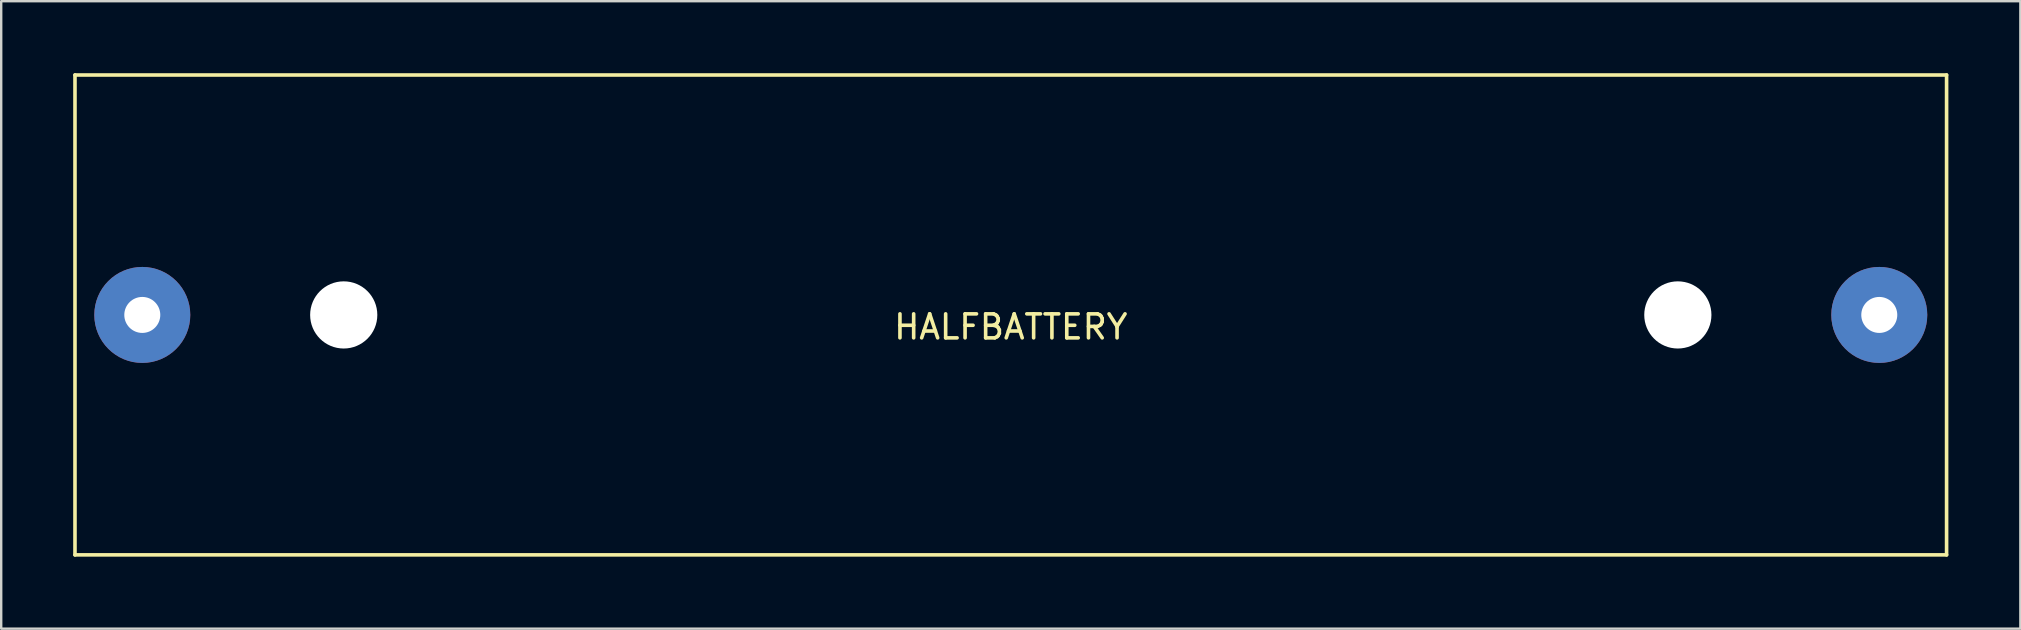
<source format=kicad_pcb>
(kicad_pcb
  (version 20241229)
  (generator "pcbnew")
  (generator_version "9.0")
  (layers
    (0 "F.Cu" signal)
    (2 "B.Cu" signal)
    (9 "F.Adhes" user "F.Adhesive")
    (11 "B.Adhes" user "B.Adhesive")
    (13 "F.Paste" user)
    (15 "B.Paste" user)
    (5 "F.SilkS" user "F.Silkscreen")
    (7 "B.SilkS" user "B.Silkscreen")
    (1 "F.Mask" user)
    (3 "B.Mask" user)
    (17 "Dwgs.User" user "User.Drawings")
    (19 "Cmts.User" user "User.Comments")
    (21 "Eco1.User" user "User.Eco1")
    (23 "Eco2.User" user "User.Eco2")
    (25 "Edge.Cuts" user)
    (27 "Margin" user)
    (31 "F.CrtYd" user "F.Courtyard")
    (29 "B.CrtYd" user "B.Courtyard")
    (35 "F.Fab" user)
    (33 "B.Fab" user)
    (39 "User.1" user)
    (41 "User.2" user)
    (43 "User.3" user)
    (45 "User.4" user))
  (footprint "HALFBATTERY"
    (layer "F.Cu")
    (at 39.075 10.075)
    (property "Reference" "HALFBATTERY" (at 0 0.5 0) (layer "F.SilkS") (effects (font (size 1 1) (thickness 0.15))))
    (attr through_hole)
    (fp_line (start -39 -10) (end 39 -10) (stroke (width 0.15) (type solid)) (layer "F.SilkS"))
    (fp_line (start -39 10) (end -39 -10) (stroke (width 0.15) (type solid)) (layer "F.SilkS"))
    (fp_line (start 39 -10) (end 39 10) (stroke (width 0.15) (type solid)) (layer "F.SilkS"))
    (fp_line (start 39 10) (end -39 10) (stroke (width 0.15) (type solid)) (layer "F.SilkS"))
    (pad "" np_thru_hole circle (at -27.8 0) (size 2.8 2.8) (drill 2.8) (layers "*.Cu" "*.Mask"))
    (pad "" np_thru_hole circle (at 27.8 0) (size 2.8 2.8) (drill 2.8) (layers "*.Cu" "*.Mask"))
    (pad "1" thru_hole circle (at 36.195 0) (size 4 4) (drill 1.5) (layers "*.Cu" "*.Mask"))
    (pad "2" thru_hole circle (at -36.195 0) (size 4 4) (drill 1.5) (layers "*.Cu" "*.Mask")))
  (gr_rect
    (start -3 -3)
    (end 81.15 23.15)
    (stroke (width 0.1) (type default))
    (fill no)
    (layer "Edge.Cuts")))
</source>
